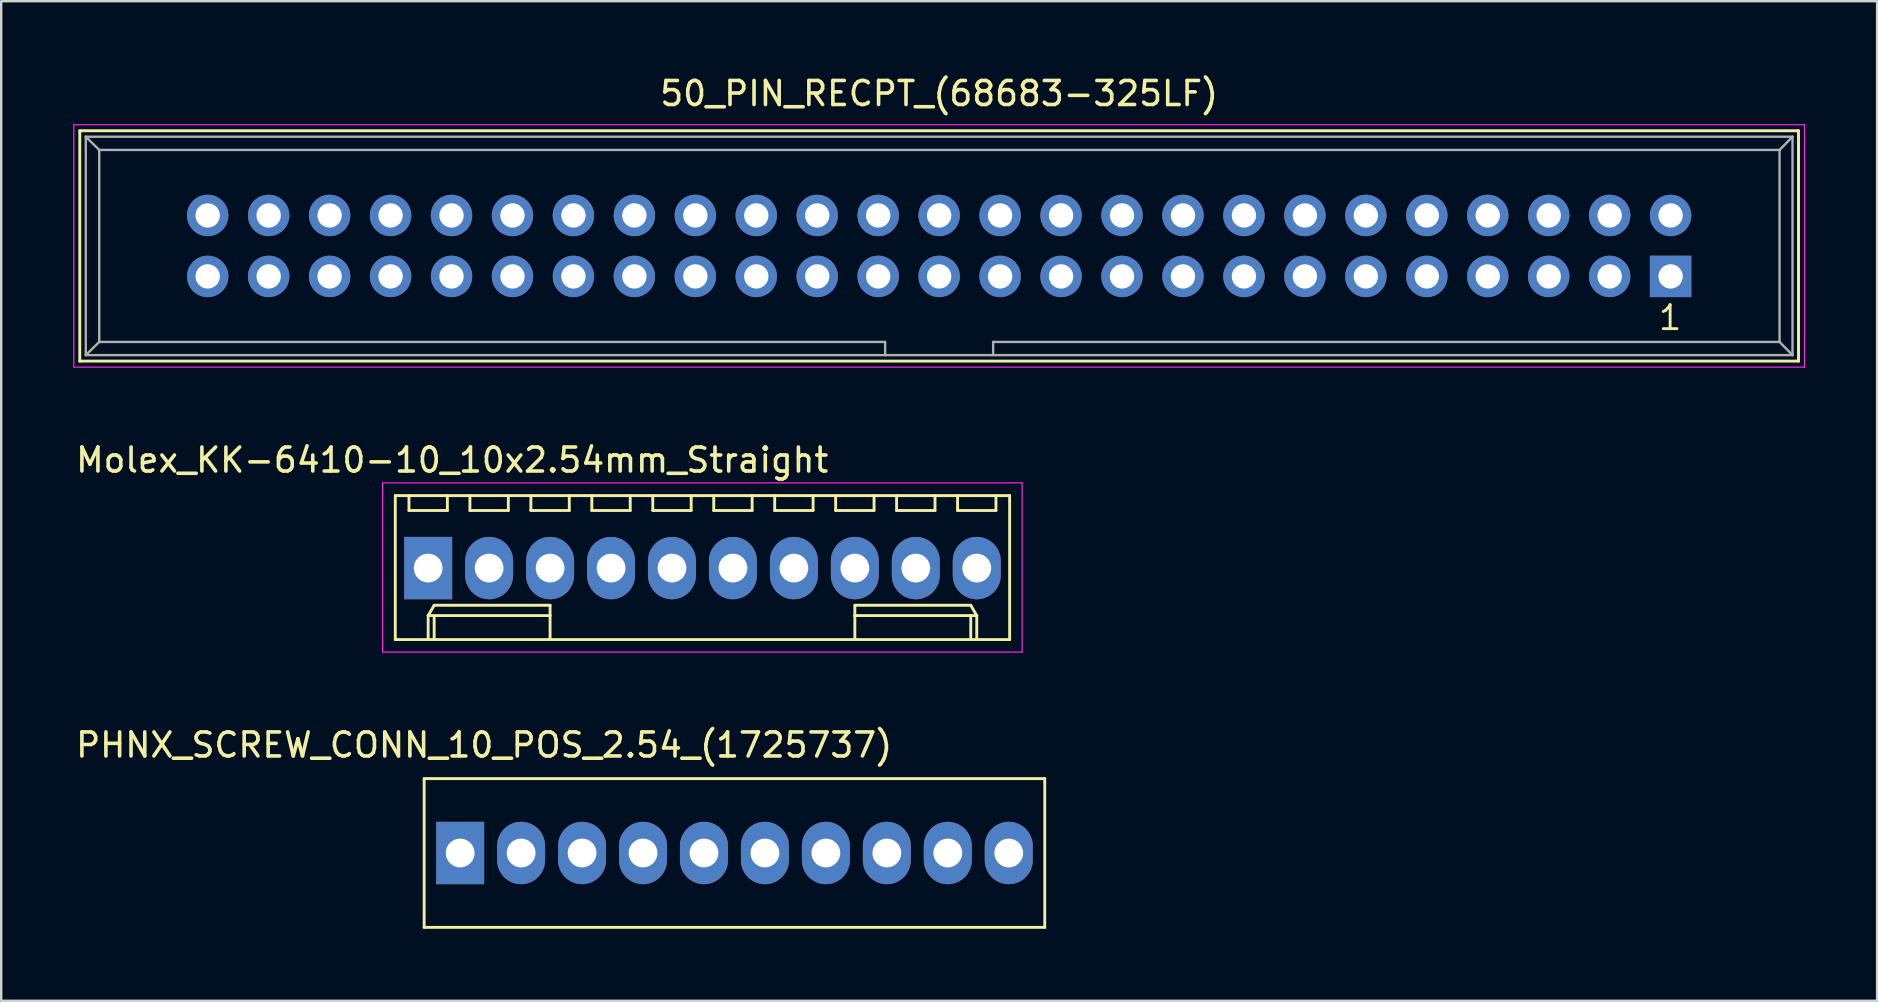
<source format=kicad_pcb>
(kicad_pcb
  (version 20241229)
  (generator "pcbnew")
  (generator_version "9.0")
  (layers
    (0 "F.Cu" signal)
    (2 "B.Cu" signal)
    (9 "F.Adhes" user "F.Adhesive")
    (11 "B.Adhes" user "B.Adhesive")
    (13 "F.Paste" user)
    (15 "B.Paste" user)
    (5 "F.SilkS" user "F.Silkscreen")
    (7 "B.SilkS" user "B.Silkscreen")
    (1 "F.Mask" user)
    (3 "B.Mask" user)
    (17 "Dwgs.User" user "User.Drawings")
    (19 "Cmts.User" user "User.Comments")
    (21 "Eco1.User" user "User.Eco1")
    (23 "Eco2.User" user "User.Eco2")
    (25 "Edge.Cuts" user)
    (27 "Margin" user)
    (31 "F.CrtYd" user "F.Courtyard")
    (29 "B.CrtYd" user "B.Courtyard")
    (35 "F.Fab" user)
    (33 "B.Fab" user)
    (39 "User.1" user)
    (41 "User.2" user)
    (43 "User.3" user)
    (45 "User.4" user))
  (footprint "Molex_KK-6410-10_10x2.54mm_Straight"
    (layer "F.Cu")
    (at 14.792 20.622)
    (property "Reference" "Molex_KK-6410-10_10x2.54mm_Straight" (at 1 -4.5 0) (layer "F.SilkS") (effects (font (size 1 1) (thickness 0.15))))
    (attr through_hole)
    (fp_line (start -1.37 -3.02) (end -1.37 2.98) (stroke (width 0.12) (type solid)) (layer "F.SilkS"))
    (fp_line (start -1.37 2.98) (end 24.23 2.98) (stroke (width 0.12) (type solid)) (layer "F.SilkS"))
    (fp_line (start -0.8 -3.02) (end -0.8 -2.4) (stroke (width 0.12) (type solid)) (layer "F.SilkS"))
    (fp_line (start -0.8 -2.4) (end 0.8 -2.4) (stroke (width 0.12) (type solid)) (layer "F.SilkS"))
    (fp_line (start 0 1.98) (end 0.25 1.55) (stroke (width 0.12) (type solid)) (layer "F.SilkS"))
    (fp_line (start 0 1.98) (end 5.08 1.98) (stroke (width 0.12) (type solid)) (layer "F.SilkS"))
    (fp_line (start 0 2.98) (end 0 1.98) (stroke (width 0.12) (type solid)) (layer "F.SilkS"))
    (fp_line (start 0.25 1.55) (end 5.08 1.55) (stroke (width 0.12) (type solid)) (layer "F.SilkS"))
    (fp_line (start 0.25 2.98) (end 0.25 1.98) (stroke (width 0.12) (type solid)) (layer "F.SilkS"))
    (fp_line (start 0.8 -2.4) (end 0.8 -3.02) (stroke (width 0.12) (type solid)) (layer "F.SilkS"))
    (fp_line (start 1.74 -3.02) (end 1.74 -2.4) (stroke (width 0.12) (type solid)) (layer "F.SilkS"))
    (fp_line (start 1.74 -2.4) (end 3.34 -2.4) (stroke (width 0.12) (type solid)) (layer "F.SilkS"))
    (fp_line (start 3.34 -2.4) (end 3.34 -3.02) (stroke (width 0.12) (type solid)) (layer "F.SilkS"))
    (fp_line (start 4.28 -3.02) (end 4.28 -2.4) (stroke (width 0.12) (type solid)) (layer "F.SilkS"))
    (fp_line (start 4.28 -2.4) (end 5.88 -2.4) (stroke (width 0.12) (type solid)) (layer "F.SilkS"))
    (fp_line (start 5.08 1.55) (end 5.08 1.98) (stroke (width 0.12) (type solid)) (layer "F.SilkS"))
    (fp_line (start 5.08 1.98) (end 5.08 2.98) (stroke (width 0.12) (type solid)) (layer "F.SilkS"))
    (fp_line (start 5.88 -2.4) (end 5.88 -3.02) (stroke (width 0.12) (type solid)) (layer "F.SilkS"))
    (fp_line (start 6.82 -3.02) (end 6.82 -2.4) (stroke (width 0.12) (type solid)) (layer "F.SilkS"))
    (fp_line (start 6.82 -2.4) (end 8.42 -2.4) (stroke (width 0.12) (type solid)) (layer "F.SilkS"))
    (fp_line (start 8.42 -2.4) (end 8.42 -3.02) (stroke (width 0.12) (type solid)) (layer "F.SilkS"))
    (fp_line (start 9.36 -3.02) (end 9.36 -2.4) (stroke (width 0.12) (type solid)) (layer "F.SilkS"))
    (fp_line (start 9.36 -2.4) (end 10.96 -2.4) (stroke (width 0.12) (type solid)) (layer "F.SilkS"))
    (fp_line (start 10.96 -2.4) (end 10.96 -3.02) (stroke (width 0.12) (type solid)) (layer "F.SilkS"))
    (fp_line (start 11.9 -3.02) (end 11.9 -2.4) (stroke (width 0.12) (type solid)) (layer "F.SilkS"))
    (fp_line (start 11.9 -2.4) (end 13.5 -2.4) (stroke (width 0.12) (type solid)) (layer "F.SilkS"))
    (fp_line (start 13.5 -2.4) (end 13.5 -3.02) (stroke (width 0.12) (type solid)) (layer "F.SilkS"))
    (fp_line (start 14.44 -3.02) (end 14.44 -2.4) (stroke (width 0.12) (type solid)) (layer "F.SilkS"))
    (fp_line (start 14.44 -2.4) (end 16.04 -2.4) (stroke (width 0.12) (type solid)) (layer "F.SilkS"))
    (fp_line (start 16.04 -2.4) (end 16.04 -3.02) (stroke (width 0.12) (type solid)) (layer "F.SilkS"))
    (fp_line (start 16.98 -3.02) (end 16.98 -2.4) (stroke (width 0.12) (type solid)) (layer "F.SilkS"))
    (fp_line (start 16.98 -2.4) (end 18.58 -2.4) (stroke (width 0.12) (type solid)) (layer "F.SilkS"))
    (fp_line (start 17.78 1.55) (end 17.78 1.98) (stroke (width 0.12) (type solid)) (layer "F.SilkS"))
    (fp_line (start 17.78 1.98) (end 17.78 2.98) (stroke (width 0.12) (type solid)) (layer "F.SilkS"))
    (fp_line (start 18.58 -2.4) (end 18.58 -3.02) (stroke (width 0.12) (type solid)) (layer "F.SilkS"))
    (fp_line (start 19.52 -3.02) (end 19.52 -2.4) (stroke (width 0.12) (type solid)) (layer "F.SilkS"))
    (fp_line (start 19.52 -2.4) (end 21.12 -2.4) (stroke (width 0.12) (type solid)) (layer "F.SilkS"))
    (fp_line (start 21.12 -2.4) (end 21.12 -3.02) (stroke (width 0.12) (type solid)) (layer "F.SilkS"))
    (fp_line (start 22.06 -3.02) (end 22.06 -2.4) (stroke (width 0.12) (type solid)) (layer "F.SilkS"))
    (fp_line (start 22.06 -2.4) (end 23.66 -2.4) (stroke (width 0.12) (type solid)) (layer "F.SilkS"))
    (fp_line (start 22.61 1.55) (end 17.78 1.55) (stroke (width 0.12) (type solid)) (layer "F.SilkS"))
    (fp_line (start 22.61 2.98) (end 22.61 1.98) (stroke (width 0.12) (type solid)) (layer "F.SilkS"))
    (fp_line (start 22.86 1.98) (end 17.78 1.98) (stroke (width 0.12) (type solid)) (layer "F.SilkS"))
    (fp_line (start 22.86 1.98) (end 22.61 1.55) (stroke (width 0.12) (type solid)) (layer "F.SilkS"))
    (fp_line (start 22.86 2.98) (end 22.86 1.98) (stroke (width 0.12) (type solid)) (layer "F.SilkS"))
    (fp_line (start 23.66 -2.4) (end 23.66 -3.02) (stroke (width 0.12) (type solid)) (layer "F.SilkS"))
    (fp_line (start 24.23 -3.02) (end -1.37 -3.02) (stroke (width 0.12) (type solid)) (layer "F.SilkS"))
    (fp_line (start 24.23 2.98) (end 24.23 -3.02) (stroke (width 0.12) (type solid)) (layer "F.SilkS"))
    (fp_line (start -1.9 -3.55) (end 24.75 -3.55) (stroke (width 0.05) (type solid)) (layer "F.CrtYd"))
    (fp_line (start -1.9 3.5) (end -1.9 -3.55) (stroke (width 0.05) (type solid)) (layer "F.CrtYd"))
    (fp_line (start 24.75 -3.55) (end 24.75 3.5) (stroke (width 0.05) (type solid)) (layer "F.CrtYd"))
    (fp_line (start 24.75 3.5) (end -1.9 3.5) (stroke (width 0.05) (type solid)) (layer "F.CrtYd"))
    (pad "1" thru_hole rect (at 0 0) (size 2 2.6) (drill 1.2) (layers "*.Cu" "*.Mask"))
    (pad "2" thru_hole oval (at 2.54 0) (size 2 2.6) (drill 1.2) (layers "*.Cu" "*.Mask"))
    (pad "3" thru_hole oval (at 5.08 0) (size 2 2.6) (drill 1.2) (layers "*.Cu" "*.Mask"))
    (pad "4" thru_hole oval (at 7.62 0) (size 2 2.6) (drill 1.2) (layers "*.Cu" "*.Mask"))
    (pad "5" thru_hole oval (at 10.16 0) (size 2 2.6) (drill 1.2) (layers "*.Cu" "*.Mask"))
    (pad "6" thru_hole oval (at 12.7 0) (size 2 2.6) (drill 1.2) (layers "*.Cu" "*.Mask"))
    (pad "7" thru_hole oval (at 15.24 0) (size 2 2.6) (drill 1.2) (layers "*.Cu" "*.Mask"))
    (pad "8" thru_hole oval (at 17.78 0) (size 2 2.6) (drill 1.2) (layers "*.Cu" "*.Mask"))
    (pad "9" thru_hole oval (at 20.32 0) (size 2 2.6) (drill 1.2) (layers "*.Cu" "*.Mask"))
    (pad "10" thru_hole oval (at 22.86 0) (size 2 2.6) (drill 1.2) (layers "*.Cu" "*.Mask")))
  (footprint "50_PIN_RECPT_(68683-325LF)"
    (layer "F.Cu")
    (at 66.565 8.468)
    (property "Reference" "50_PIN_RECPT_(68683-325LF)" (at -30.48 -7.62 0) (layer "F.SilkS") (effects (font (size 1 1) (thickness 0.15))))
    (attr through_hole)
    (fp_line (start -66.29 -6.07) (end -66.29 3.53) (stroke (width 0.12) (type solid)) (layer "F.SilkS"))
    (fp_line (start -66.29 3.53) (end 5.33 3.53) (stroke (width 0.12) (type solid)) (layer "F.SilkS"))
    (fp_line (start 5.33 -6.07) (end -66.29 -6.07) (stroke (width 0.12) (type solid)) (layer "F.SilkS"))
    (fp_line (start 5.33 3.53) (end 5.33 -6.07) (stroke (width 0.12) (type solid)) (layer "F.SilkS"))
    (fp_line (start -66.54 -6.32) (end -66.54 3.78) (stroke (width 0.05) (type solid)) (layer "F.CrtYd"))
    (fp_line (start -66.54 3.78) (end 5.58 3.78) (stroke (width 0.05) (type solid)) (layer "F.CrtYd"))
    (fp_line (start 5.58 -6.32) (end -66.54 -6.32) (stroke (width 0.05) (type solid)) (layer "F.CrtYd"))
    (fp_line (start 5.58 3.78) (end 5.58 -6.32) (stroke (width 0.05) (type solid)) (layer "F.CrtYd"))
    (fp_line (start -66.04 -5.82) (end -66.04 3.28) (stroke (width 0.1) (type solid)) (layer "F.Fab"))
    (fp_line (start -66.04 -5.82) (end -65.48 -5.27) (stroke (width 0.1) (type solid)) (layer "F.Fab"))
    (fp_line (start -66.04 3.28) (end -65.48 2.73) (stroke (width 0.1) (type solid)) (layer "F.Fab"))
    (fp_line (start -65.48 -5.27) (end -65.48 2.73) (stroke (width 0.1) (type solid)) (layer "F.Fab"))
    (fp_line (start -32.73 2.73) (end -65.48 2.73) (stroke (width 0.1) (type solid)) (layer "F.Fab"))
    (fp_line (start -32.73 2.73) (end -32.73 3.28) (stroke (width 0.1) (type solid)) (layer "F.Fab"))
    (fp_line (start -28.23 2.73) (end -28.23 3.28) (stroke (width 0.1) (type solid)) (layer "F.Fab"))
    (fp_line (start 4.54 -5.27) (end -65.48 -5.27) (stroke (width 0.1) (type solid)) (layer "F.Fab"))
    (fp_line (start 4.54 -5.27) (end 4.54 2.73) (stroke (width 0.1) (type solid)) (layer "F.Fab"))
    (fp_line (start 4.54 2.73) (end -28.23 2.73) (stroke (width 0.1) (type solid)) (layer "F.Fab"))
    (fp_line (start 5.08 -5.82) (end -66.04 -5.82) (stroke (width 0.1) (type solid)) (layer "F.Fab"))
    (fp_line (start 5.08 -5.82) (end 4.54 -5.27) (stroke (width 0.1) (type solid)) (layer "F.Fab"))
    (fp_line (start 5.08 -5.82) (end 5.08 3.28) (stroke (width 0.1) (type solid)) (layer "F.Fab"))
    (fp_line (start 5.08 3.28) (end -66.04 3.28) (stroke (width 0.1) (type solid)) (layer "F.Fab"))
    (fp_line (start 5.08 3.28) (end 4.54 2.73) (stroke (width 0.1) (type solid)) (layer "F.Fab"))
    (fp_text user "1" (at -0.02 1.72 0) (layer "F.SilkS") (effects (font (size 1 1) (thickness 0.12))))
    (pad "1" thru_hole rect (at 0 0) (size 1.727 1.727) (drill 1.016) (layers "*.Cu" "*.Mask"))
    (pad "2" thru_hole oval (at 0 -2.54) (size 1.727 1.727) (drill 1.016) (layers "*.Cu" "*.Mask"))
    (pad "3" thru_hole oval (at -2.54 0) (size 1.727 1.727) (drill 1.016) (layers "*.Cu" "*.Mask"))
    (pad "4" thru_hole oval (at -2.54 -2.54) (size 1.727 1.727) (drill 1.016) (layers "*.Cu" "*.Mask"))
    (pad "5" thru_hole oval (at -5.08 0) (size 1.727 1.727) (drill 1.016) (layers "*.Cu" "*.Mask"))
    (pad "6" thru_hole oval (at -5.08 -2.54) (size 1.727 1.727) (drill 1.016) (layers "*.Cu" "*.Mask"))
    (pad "7" thru_hole oval (at -7.62 0) (size 1.727 1.727) (drill 1.016) (layers "*.Cu" "*.Mask"))
    (pad "8" thru_hole oval (at -7.62 -2.54) (size 1.727 1.727) (drill 1.016) (layers "*.Cu" "*.Mask"))
    (pad "9" thru_hole oval (at -10.16 0) (size 1.727 1.727) (drill 1.016) (layers "*.Cu" "*.Mask"))
    (pad "10" thru_hole oval (at -10.16 -2.54) (size 1.727 1.727) (drill 1.016) (layers "*.Cu" "*.Mask"))
    (pad "11" thru_hole oval (at -12.7 0) (size 1.727 1.727) (drill 1.016) (layers "*.Cu" "*.Mask"))
    (pad "12" thru_hole oval (at -12.7 -2.54) (size 1.727 1.727) (drill 1.016) (layers "*.Cu" "*.Mask"))
    (pad "13" thru_hole oval (at -15.24 0) (size 1.727 1.727) (drill 1.016) (layers "*.Cu" "*.Mask"))
    (pad "14" thru_hole oval (at -15.24 -2.54) (size 1.727 1.727) (drill 1.016) (layers "*.Cu" "*.Mask"))
    (pad "15" thru_hole oval (at -17.78 0) (size 1.727 1.727) (drill 1.016) (layers "*.Cu" "*.Mask"))
    (pad "16" thru_hole oval (at -17.78 -2.54) (size 1.727 1.727) (drill 1.016) (layers "*.Cu" "*.Mask"))
    (pad "17" thru_hole oval (at -20.32 0) (size 1.727 1.727) (drill 1.016) (layers "*.Cu" "*.Mask"))
    (pad "18" thru_hole oval (at -20.32 -2.54) (size 1.727 1.727) (drill 1.016) (layers "*.Cu" "*.Mask"))
    (pad "19" thru_hole oval (at -22.86 0) (size 1.727 1.727) (drill 1.016) (layers "*.Cu" "*.Mask"))
    (pad "20" thru_hole oval (at -22.86 -2.54) (size 1.727 1.727) (drill 1.016) (layers "*.Cu" "*.Mask"))
    (pad "21" thru_hole oval (at -25.4 0) (size 1.727 1.727) (drill 1.016) (layers "*.Cu" "*.Mask"))
    (pad "22" thru_hole oval (at -25.4 -2.54) (size 1.727 1.727) (drill 1.016) (layers "*.Cu" "*.Mask"))
    (pad "23" thru_hole oval (at -27.94 0) (size 1.727 1.727) (drill 1.016) (layers "*.Cu" "*.Mask"))
    (pad "24" thru_hole oval (at -27.94 -2.54) (size 1.727 1.727) (drill 1.016) (layers "*.Cu" "*.Mask"))
    (pad "25" thru_hole oval (at -30.48 0) (size 1.727 1.727) (drill 1.016) (layers "*.Cu" "*.Mask"))
    (pad "26" thru_hole oval (at -30.48 -2.54) (size 1.727 1.727) (drill 1.016) (layers "*.Cu" "*.Mask"))
    (pad "27" thru_hole oval (at -33.02 0) (size 1.727 1.727) (drill 1.016) (layers "*.Cu" "*.Mask"))
    (pad "28" thru_hole oval (at -33.02 -2.54) (size 1.727 1.727) (drill 1.016) (layers "*.Cu" "*.Mask"))
    (pad "29" thru_hole oval (at -35.56 0) (size 1.727 1.727) (drill 1.016) (layers "*.Cu" "*.Mask"))
    (pad "30" thru_hole oval (at -35.56 -2.54) (size 1.727 1.727) (drill 1.016) (layers "*.Cu" "*.Mask"))
    (pad "31" thru_hole oval (at -38.1 0) (size 1.727 1.727) (drill 1.016) (layers "*.Cu" "*.Mask"))
    (pad "32" thru_hole oval (at -38.1 -2.54) (size 1.727 1.727) (drill 1.016) (layers "*.Cu" "*.Mask"))
    (pad "33" thru_hole oval (at -40.64 0) (size 1.727 1.727) (drill 1.016) (layers "*.Cu" "*.Mask"))
    (pad "34" thru_hole oval (at -40.64 -2.54) (size 1.727 1.727) (drill 1.016) (layers "*.Cu" "*.Mask"))
    (pad "35" thru_hole oval (at -43.18 0) (size 1.727 1.727) (drill 1.016) (layers "*.Cu" "*.Mask"))
    (pad "36" thru_hole oval (at -43.18 -2.54) (size 1.727 1.727) (drill 1.016) (layers "*.Cu" "*.Mask"))
    (pad "37" thru_hole oval (at -45.72 0) (size 1.727 1.727) (drill 1.016) (layers "*.Cu" "*.Mask"))
    (pad "38" thru_hole oval (at -45.72 -2.54) (size 1.727 1.727) (drill 1.016) (layers "*.Cu" "*.Mask"))
    (pad "39" thru_hole oval (at -48.26 0) (size 1.727 1.727) (drill 1.016) (layers "*.Cu" "*.Mask"))
    (pad "40" thru_hole oval (at -48.26 -2.54) (size 1.727 1.727) (drill 1.016) (layers "*.Cu" "*.Mask"))
    (pad "41" thru_hole oval (at -50.8 0) (size 1.727 1.727) (drill 1.016) (layers "*.Cu" "*.Mask"))
    (pad "42" thru_hole oval (at -50.8 -2.54) (size 1.727 1.727) (drill 1.016) (layers "*.Cu" "*.Mask"))
    (pad "43" thru_hole oval (at -53.34 0) (size 1.727 1.727) (drill 1.016) (layers "*.Cu" "*.Mask"))
    (pad "44" thru_hole oval (at -53.34 -2.54) (size 1.727 1.727) (drill 1.016) (layers "*.Cu" "*.Mask"))
    (pad "45" thru_hole oval (at -55.88 0) (size 1.727 1.727) (drill 1.016) (layers "*.Cu" "*.Mask"))
    (pad "46" thru_hole oval (at -55.88 -2.54) (size 1.727 1.727) (drill 1.016) (layers "*.Cu" "*.Mask"))
    (pad "47" thru_hole oval (at -58.42 0) (size 1.727 1.727) (drill 1.016) (layers "*.Cu" "*.Mask"))
    (pad "48" thru_hole oval (at -58.42 -2.54) (size 1.727 1.727) (drill 1.016) (layers "*.Cu" "*.Mask"))
    (pad "49" thru_hole oval (at -60.96 0) (size 1.727 1.727) (drill 1.016) (layers "*.Cu" "*.Mask"))
    (pad "50" thru_hole oval (at -60.96 -2.54) (size 1.727 1.727) (drill 1.016) (layers "*.Cu" "*.Mask")))
  (footprint "PHNX_SCREW_CONN_10_POS_2.54_(1725737)"
    (layer "F.Cu")
    (at 16.125 32.495)
    (property "Reference" "PHNX_SCREW_CONN_10_POS_2.54_(1725737)" (at 1 -4.5 0) (layer "F.SilkS") (effects (font (size 1 1) (thickness 0.15))))
    (attr through_hole)
    (fp_line (start -1.5 -3.1) (end -1.5 3.1) (stroke (width 0.12) (type solid)) (layer "F.SilkS"))
    (fp_line (start -1.5 3.1) (end 24.36 3.1) (stroke (width 0.12) (type solid)) (layer "F.SilkS"))
    (fp_line (start 24.36 -3.1) (end -1.5 -3.1) (stroke (width 0.12) (type solid)) (layer "F.SilkS"))
    (fp_line (start 24.36 3.1) (end 24.36 -3.1) (stroke (width 0.12) (type solid)) (layer "F.SilkS"))
    (pad "1" thru_hole rect (at 0 0) (size 2 2.6) (drill 1.2) (layers "*.Cu" "*.Mask"))
    (pad "2" thru_hole oval (at 2.54 0) (size 2 2.6) (drill 1.2) (layers "*.Cu" "*.Mask"))
    (pad "3" thru_hole oval (at 5.08 0) (size 2 2.6) (drill 1.2) (layers "*.Cu" "*.Mask"))
    (pad "4" thru_hole oval (at 7.62 0) (size 2 2.6) (drill 1.2) (layers "*.Cu" "*.Mask"))
    (pad "5" thru_hole oval (at 10.16 0) (size 2 2.6) (drill 1.2) (layers "*.Cu" "*.Mask"))
    (pad "6" thru_hole oval (at 12.7 0) (size 2 2.6) (drill 1.2) (layers "*.Cu" "*.Mask"))
    (pad "7" thru_hole oval (at 15.24 0) (size 2 2.6) (drill 1.2) (layers "*.Cu" "*.Mask"))
    (pad "8" thru_hole oval (at 17.78 0) (size 2 2.6) (drill 1.2) (layers "*.Cu" "*.Mask"))
    (pad "9" thru_hole oval (at 20.32 0) (size 2 2.6) (drill 1.2) (layers "*.Cu" "*.Mask"))
    (pad "10" thru_hole oval (at 22.86 0) (size 2 2.6) (drill 1.2) (layers "*.Cu" "*.Mask")))
  (gr_rect
    (start -3 -3)
    (end 75.17 38.655)
    (stroke (width 0.1) (type default))
    (fill no)
    (layer "Edge.Cuts")))
</source>
